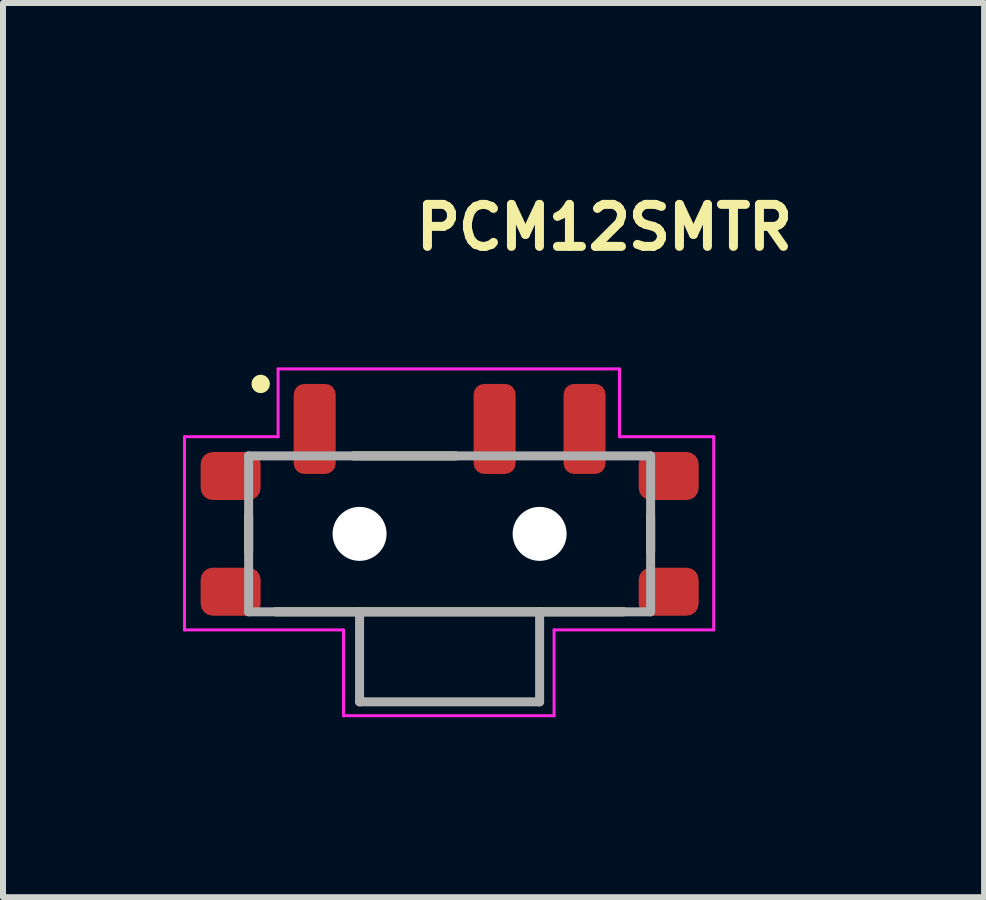
<source format=kicad_pcb>
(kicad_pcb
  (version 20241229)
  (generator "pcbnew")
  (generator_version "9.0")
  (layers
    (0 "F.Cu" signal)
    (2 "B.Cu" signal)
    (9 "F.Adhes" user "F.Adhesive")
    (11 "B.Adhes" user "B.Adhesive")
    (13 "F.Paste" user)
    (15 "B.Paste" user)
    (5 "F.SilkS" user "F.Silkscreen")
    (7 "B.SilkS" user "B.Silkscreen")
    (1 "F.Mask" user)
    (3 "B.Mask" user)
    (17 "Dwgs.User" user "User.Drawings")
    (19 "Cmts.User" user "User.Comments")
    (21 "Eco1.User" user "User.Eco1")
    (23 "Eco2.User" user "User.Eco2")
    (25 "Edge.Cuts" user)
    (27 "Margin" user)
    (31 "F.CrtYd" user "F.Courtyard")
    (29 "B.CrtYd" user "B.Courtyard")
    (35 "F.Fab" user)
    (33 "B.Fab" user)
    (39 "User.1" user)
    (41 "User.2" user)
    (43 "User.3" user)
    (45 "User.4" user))
  (footprint "PCM12SMTR"
    (layer "F.Cu")
    (at 2.195 4.099)
    (property "Reference" "PCM12SMTR" (at 1.614 -2.949 0) (layer "F.SilkS") (effects (font (size 0.7 0.7) (thickness 0.15)) (justify left bottom)))
    (attr smd)
    (fp_line (start -1.101 2.048) (end -1.101 1.449) (stroke (width 0.15) (type solid)) (layer "F.SilkS"))
    (fp_line (start -0.651 3.048) (end 5.15 3.048) (stroke (width 0.15) (type solid)) (layer "F.SilkS"))
    (fp_line (start 0.649 0.449) (end 2.35 0.449) (stroke (width 0.15) (type solid)) (layer "F.SilkS"))
    (fp_line (start 5.599 1.449) (end 5.599 2.048) (stroke (width 0.15) (type solid)) (layer "F.SilkS"))
    (fp_circle (center -0.9 -0.75) (end -0.85 -0.69) (stroke (width 0.15) (type solid)) (fill yes) (layer "F.SilkS"))
    (fp_line (start -2.17 0.13) (end -0.61 0.13) (stroke (width 0.05) (type solid)) (layer "F.CrtYd"))
    (fp_line (start -2.17 3.35) (end -2.17 0.13) (stroke (width 0.05) (type solid)) (layer "F.CrtYd"))
    (fp_line (start -0.61 -1) (end 5.08 -1) (stroke (width 0.05) (type solid)) (layer "F.CrtYd"))
    (fp_line (start -0.61 0.13) (end -0.61 -1) (stroke (width 0.05) (type solid)) (layer "F.CrtYd"))
    (fp_line (start 0.48 3.35) (end -2.17 3.35) (stroke (width 0.05) (type solid)) (layer "F.CrtYd"))
    (fp_line (start 0.48 4.78) (end 0.48 3.35) (stroke (width 0.05) (type solid)) (layer "F.CrtYd"))
    (fp_line (start 3.99 3.35) (end 3.99 4.78) (stroke (width 0.05) (type solid)) (layer "F.CrtYd"))
    (fp_line (start 3.99 4.78) (end 0.48 4.78) (stroke (width 0.05) (type solid)) (layer "F.CrtYd"))
    (fp_line (start 5.08 -1) (end 5.08 0.13) (stroke (width 0.05) (type solid)) (layer "F.CrtYd"))
    (fp_line (start 5.08 0.13) (end 6.65 0.13) (stroke (width 0.05) (type solid)) (layer "F.CrtYd"))
    (fp_line (start 6.65 0.13) (end 6.65 3.35) (stroke (width 0.05) (type solid)) (layer "F.CrtYd"))
    (fp_line (start 6.65 3.35) (end 3.99 3.35) (stroke (width 0.05) (type solid)) (layer "F.CrtYd"))
    (fp_line (start -1.101 0.449) (end 5.599 0.449) (stroke (width 0.15) (type solid)) (layer "F.Fab"))
    (fp_line (start -1.101 3.048) (end -1.101 0.449) (stroke (width 0.15) (type solid)) (layer "F.Fab"))
    (fp_line (start 0.748 3.048) (end -1.101 3.048) (stroke (width 0.15) (type solid)) (layer "F.Fab"))
    (fp_line (start 0.748 3.048) (end 0.748 4.549) (stroke (width 0.15) (type solid)) (layer "F.Fab"))
    (fp_line (start 0.748 4.549) (end 3.749 4.549) (stroke (width 0.15) (type solid)) (layer "F.Fab"))
    (fp_line (start 3.749 3.048) (end 0.748 3.048) (stroke (width 0.15) (type solid)) (layer "F.Fab"))
    (fp_line (start 3.749 4.549) (end 3.749 3.048) (stroke (width 0.15) (type solid)) (layer "F.Fab"))
    (fp_line (start 5.599 0.449) (end 5.599 3.048) (stroke (width 0.15) (type solid)) (layer "F.Fab"))
    (fp_line (start 5.599 3.048) (end 3.749 3.048) (stroke (width 0.15) (type solid)) (layer "F.Fab"))
    (fp_rect (start -1.611 -0.435) (end 6.11 4.544) (stroke (width 0.1) (type solid)) (fill no) (layer "User.5"))
    (fp_line (start -1.611 1.114) (end -1.611 0.454) (stroke (width 0.02) (type solid)) (layer "User.9"))
    (fp_line (start -1.611 2.383) (end -1.611 3.044) (stroke (width 0.02) (type solid)) (layer "User.9"))
    (fp_line (start -1.103 0.454) (end -1.611 0.454) (stroke (width 0.02) (type solid)) (layer "User.9"))
    (fp_line (start -1.103 0.986) (end -1.103 0.454) (stroke (width 0.02) (type solid)) (layer "User.9"))
    (fp_line (start -1.103 0.986) (end -1.053 0.986) (stroke (width 0.02) (type solid)) (layer "User.9"))
    (fp_line (start -1.103 1.114) (end -1.611 1.114) (stroke (width 0.02) (type solid)) (layer "User.9"))
    (fp_line (start -1.103 2.383) (end -1.611 2.383) (stroke (width 0.02) (type solid)) (layer "User.9"))
    (fp_line (start -1.103 3.044) (end -1.611 3.044) (stroke (width 0.02) (type solid)) (layer "User.9"))
    (fp_line (start -1.103 3.044) (end -1.103 2.511) (stroke (width 0.02) (type solid)) (layer "User.9"))
    (fp_line (start -1.053 0.986) (end -0.901 0.986) (stroke (width 0.02) (type solid)) (layer "User.9"))
    (fp_line (start -1.053 1.114) (end -1.103 1.114) (stroke (width 0.02) (type solid)) (layer "User.9"))
    (fp_line (start -1.053 1.114) (end -1.053 0.986) (stroke (width 0.02) (type solid)) (layer "User.9"))
    (fp_line (start -1.053 2.383) (end -1.103 2.383) (stroke (width 0.02) (type solid)) (layer "User.9"))
    (fp_line (start -1.053 2.511) (end -1.103 2.511) (stroke (width 0.02) (type solid)) (layer "User.9"))
    (fp_line (start -1.053 2.511) (end -1.053 0.986) (stroke (width 0.02) (type solid)) (layer "User.9"))
    (fp_line (start -0.901 0.454) (end -1.103 0.454) (stroke (width 0.02) (type solid)) (layer "User.9"))
    (fp_line (start -0.901 0.986) (end -0.901 0.454) (stroke (width 0.02) (type solid)) (layer "User.9"))
    (fp_line (start -0.901 2.511) (end -1.053 2.511) (stroke (width 0.02) (type solid)) (layer "User.9"))
    (fp_line (start -0.901 2.511) (end -0.595 2.511) (stroke (width 0.02) (type solid)) (layer "User.9"))
    (fp_line (start -0.901 3.044) (end -1.103 3.044) (stroke (width 0.02) (type solid)) (layer "User.9"))
    (fp_line (start -0.901 3.044) (end -0.901 2.511) (stroke (width 0.02) (type solid)) (layer "User.9"))
    (fp_line (start -0.595 0.454) (end -0.901 0.454) (stroke (width 0.02) (type solid)) (layer "User.9"))
    (fp_line (start -0.595 0.986) (end -0.901 0.986) (stroke (width 0.02) (type solid)) (layer "User.9"))
    (fp_line (start -0.595 0.986) (end -0.595 0.454) (stroke (width 0.02) (type solid)) (layer "User.9"))
    (fp_line (start -0.595 3.044) (end -0.901 3.044) (stroke (width 0.02) (type solid)) (layer "User.9"))
    (fp_line (start -0.595 3.044) (end -0.595 2.511) (stroke (width 0.02) (type solid)) (layer "User.9"))
    (fp_line (start -0.595 3.044) (end 5.094 3.044) (stroke (width 0.02) (type solid)) (layer "User.9"))
    (fp_line (start -0.189 -0.435) (end 0.216 -0.435) (stroke (width 0.02) (type solid)) (layer "User.9"))
    (fp_line (start -0.189 0.454) (end -0.189 -0.435) (stroke (width 0.02) (type solid)) (layer "User.9"))
    (fp_line (start 0.216 -0.435) (end 0.216 0.454) (stroke (width 0.02) (type solid)) (layer "User.9"))
    (fp_line (start 2.35 4.288) (end 2.35 3.044) (stroke (width 0.02) (type solid)) (layer "User.9"))
    (fp_line (start 2.35 4.288) (end 2.604 4.544) (stroke (width 0.02) (type solid)) (layer "User.9"))
    (fp_line (start 2.808 -0.435) (end 3.214 -0.435) (stroke (width 0.02) (type solid)) (layer "User.9"))
    (fp_line (start 2.808 0.454) (end 2.808 -0.435) (stroke (width 0.02) (type solid)) (layer "User.9"))
    (fp_line (start 3.214 -0.435) (end 3.214 0.454) (stroke (width 0.02) (type solid)) (layer "User.9"))
    (fp_line (start 3.391 4.544) (end 2.604 4.544) (stroke (width 0.02) (type solid)) (layer "User.9"))
    (fp_line (start 3.391 4.544) (end 3.647 4.288) (stroke (width 0.02) (type solid)) (layer "User.9"))
    (fp_line (start 3.647 4.288) (end 3.647 3.044) (stroke (width 0.02) (type solid)) (layer "User.9"))
    (fp_line (start 4.307 -0.435) (end 4.712 -0.435) (stroke (width 0.02) (type solid)) (layer "User.9"))
    (fp_line (start 4.307 0.454) (end 4.307 -0.435) (stroke (width 0.02) (type solid)) (layer "User.9"))
    (fp_line (start 4.712 -0.435) (end 4.712 0.454) (stroke (width 0.02) (type solid)) (layer "User.9"))
    (fp_line (start 5.094 0.454) (end -0.595 0.454) (stroke (width 0.02) (type solid)) (layer "User.9"))
    (fp_line (start 5.094 0.986) (end 5.094 0.454) (stroke (width 0.02) (type solid)) (layer "User.9"))
    (fp_line (start 5.094 2.511) (end 5.398 2.511) (stroke (width 0.02) (type solid)) (layer "User.9"))
    (fp_line (start 5.094 3.044) (end 5.094 2.511) (stroke (width 0.02) (type solid)) (layer "User.9"))
    (fp_line (start 5.398 0.454) (end 5.094 0.454) (stroke (width 0.02) (type solid)) (layer "User.9"))
    (fp_line (start 5.398 0.986) (end 5.094 0.986) (stroke (width 0.02) (type solid)) (layer "User.9"))
    (fp_line (start 5.398 0.986) (end 5.398 0.454) (stroke (width 0.02) (type solid)) (layer "User.9"))
    (fp_line (start 5.398 0.986) (end 5.551 0.986) (stroke (width 0.02) (type solid)) (layer "User.9"))
    (fp_line (start 5.398 3.044) (end 5.094 3.044) (stroke (width 0.02) (type solid)) (layer "User.9"))
    (fp_line (start 5.398 3.044) (end 5.398 2.511) (stroke (width 0.02) (type solid)) (layer "User.9"))
    (fp_line (start 5.551 0.986) (end 5.551 1.114) (stroke (width 0.02) (type solid)) (layer "User.9"))
    (fp_line (start 5.551 0.986) (end 5.551 2.511) (stroke (width 0.02) (type solid)) (layer "User.9"))
    (fp_line (start 5.551 0.986) (end 5.602 0.986) (stroke (width 0.02) (type solid)) (layer "User.9"))
    (fp_line (start 5.551 1.114) (end 5.602 1.114) (stroke (width 0.02) (type solid)) (layer "User.9"))
    (fp_line (start 5.551 2.383) (end 5.551 2.511) (stroke (width 0.02) (type solid)) (layer "User.9"))
    (fp_line (start 5.551 2.383) (end 5.602 2.383) (stroke (width 0.02) (type solid)) (layer "User.9"))
    (fp_line (start 5.551 2.511) (end 5.398 2.511) (stroke (width 0.02) (type solid)) (layer "User.9"))
    (fp_line (start 5.602 0.454) (end 5.398 0.454) (stroke (width 0.02) (type solid)) (layer "User.9"))
    (fp_line (start 5.602 0.454) (end 6.11 0.454) (stroke (width 0.02) (type solid)) (layer "User.9"))
    (fp_line (start 5.602 0.986) (end 5.602 0.454) (stroke (width 0.02) (type solid)) (layer "User.9"))
    (fp_line (start 5.602 1.114) (end 6.11 1.114) (stroke (width 0.02) (type solid)) (layer "User.9"))
    (fp_line (start 5.602 2.383) (end 6.11 2.383) (stroke (width 0.02) (type solid)) (layer "User.9"))
    (fp_line (start 5.602 2.511) (end 5.551 2.511) (stroke (width 0.02) (type solid)) (layer "User.9"))
    (fp_line (start 5.602 3.044) (end 5.398 3.044) (stroke (width 0.02) (type solid)) (layer "User.9"))
    (fp_line (start 5.602 3.044) (end 5.602 2.511) (stroke (width 0.02) (type solid)) (layer "User.9"))
    (fp_line (start 5.602 3.044) (end 6.11 3.044) (stroke (width 0.02) (type solid)) (layer "User.9"))
    (fp_line (start 6.11 1.114) (end 6.11 0.454) (stroke (width 0.02) (type solid)) (layer "User.9"))
    (fp_line (start 6.11 2.383) (end 6.11 3.044) (stroke (width 0.02) (type solid)) (layer "User.9"))
    (pad "" np_thru_hole circle (at 0.748 1.749) (size 0.9 0.9) (drill 0.9) (layers "*.Cu" "*.Mask"))
    (pad "" np_thru_hole circle (at 3.749 1.749) (size 0.9 0.9) (drill 0.9) (layers "*.Cu" "*.Mask"))
    (pad "1" smd roundrect (at 0 0) (size 0.7 1.5) (layers "F.Cu" "F.Mask" "F.Paste") (roundrect_rratio 0.25))
    (pad "2" smd roundrect (at 2.999 0) (size 0.7 1.5) (layers "F.Cu" "F.Mask" "F.Paste") (roundrect_rratio 0.25))
    (pad "3" smd roundrect (at 4.498 0) (size 0.7 1.5) (layers "F.Cu" "F.Mask" "F.Paste") (roundrect_rratio 0.25))
    (pad "S1" smd roundrect (at -1.401 0.785) (size 1 0.8) (layers "F.Cu" "F.Mask" "F.Paste") (roundrect_rratio 0.25))
    (pad "S2" smd roundrect (at -1.401 2.713) (size 1 0.8) (layers "F.Cu" "F.Mask" "F.Paste") (roundrect_rratio 0.25))
    (pad "S3" smd roundrect (at 5.9 2.713) (size 1 0.8) (layers "F.Cu" "F.Mask" "F.Paste") (roundrect_rratio 0.25))
    (pad "S4" smd roundrect (at 5.9 0.785) (size 1 0.8) (layers "F.Cu" "F.Mask" "F.Paste") (roundrect_rratio 0.25)))
  (gr_rect
    (start -3 -3)
    (end 13.352 11.904)
    (stroke (width 0.1) (type default))
    (fill no)
    (layer "Edge.Cuts")))
</source>
